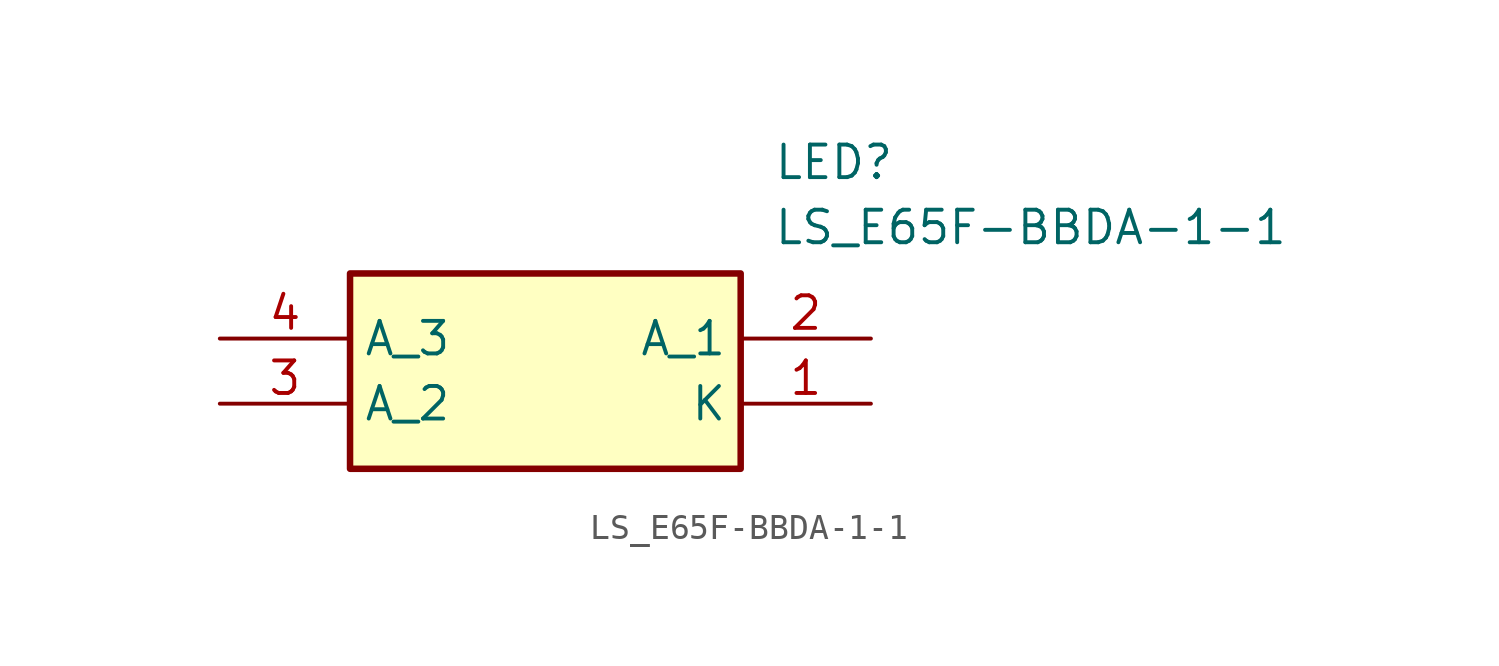
<source format=kicad_sym>
(kicad_symbol_lib
  (version 20211014)
  (generator SamacSys_ECAD_Model)
  (symbol "LS_E65F-BBDA-1-1"
    (property "Reference" "LED"
      (at 21.59 7.62 0)
      (effects (font (size 1.27 1.27)) (justify left top)))
    (property "Value" "LS_E65F-BBDA-1-1"
      (at 21.59 5.08 0)
      (effects (font (size 1.27 1.27)) (justify left top)))
    (rectangle
      (start 5.08 2.54)
      (end 20.32 -5.08)
      (stroke (width 0.254) (type default))
      (fill (type background)))
    (pin passive line
      (at 25.4 -2.54 180)
      (length 5.08)
      (name "K" (effects (font (size 1.27 1.27))))
      (number "1" (effects (font (size 1.27 1.27)))))
    (pin passive line
      (at 25.4 0 180)
      (length 5.08)
      (name "A_1" (effects (font (size 1.27 1.27))))
      (number "2" (effects (font (size 1.27 1.27)))))
    (pin passive line
      (at 0 -2.54 0)
      (length 5.08)
      (name "A_2" (effects (font (size 1.27 1.27))))
      (number "3" (effects (font (size 1.27 1.27)))))
    (pin passive line
      (at 0 0 0)
      (length 5.08)
      (name "A_3" (effects (font (size 1.27 1.27))))
      (number "4" (effects (font (size 1.27 1.27)))))))
</source>
